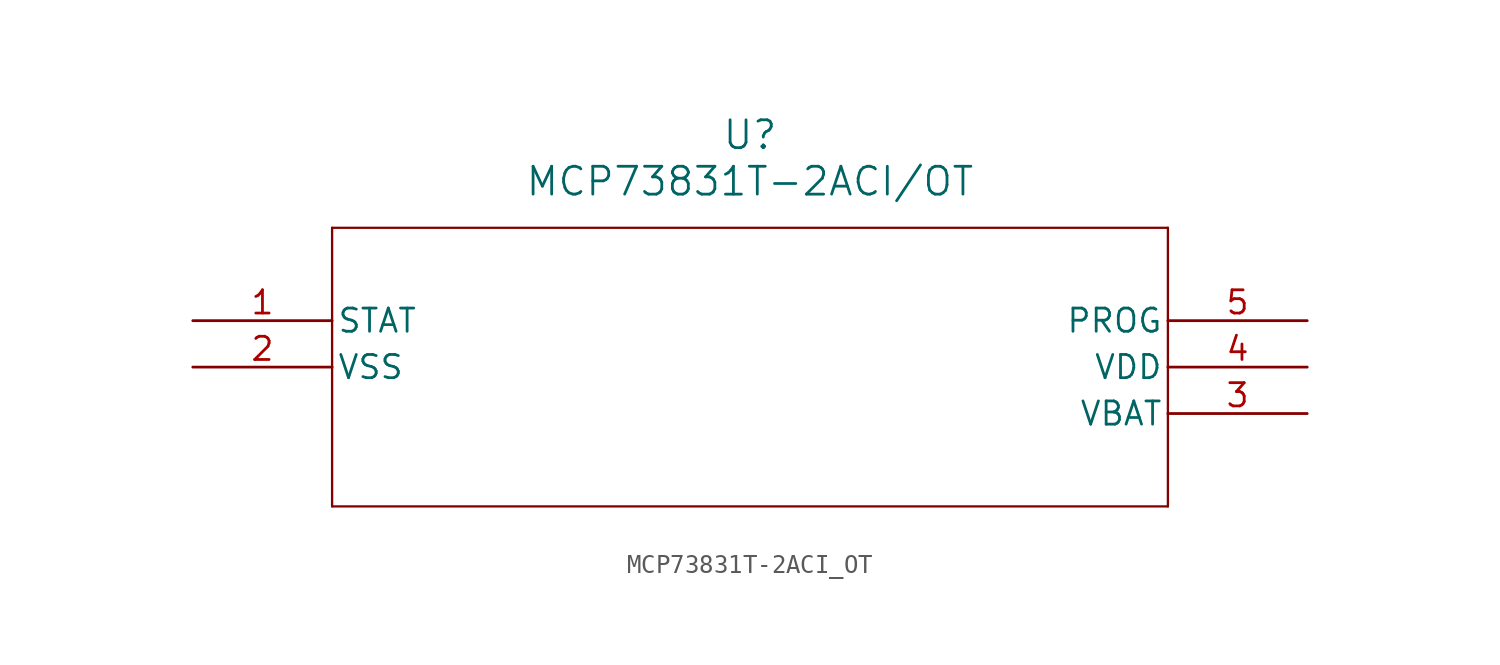
<source format=kicad_sym>
(kicad_symbol_lib
  (version 20211014)
  (generator kicad_symbol_editor)
  (symbol "MCP73831T-2ACI_OT"
    (pin_names
      (offset 0.254))
    (property "Reference" "U"
      (at 30.48 10.16 0)
      (effects (font (size 1.524 1.524))))
    (property "Value" "MCP73831T-2ACI/OT"
      (at 30.48 7.62 0)
      (effects (font (size 1.524 1.524))))
    (polyline
      (pts (xy 7.62 5.08) (xy 7.62 -10.16))
      (stroke (width 0.127) (type default) (color 0 0 0 0))
      (fill (type none)))
    (polyline
      (pts (xy 7.62 -10.16) (xy 53.34 -10.16))
      (stroke (width 0.127) (type default) (color 0 0 0 0))
      (fill (type none)))
    (polyline
      (pts (xy 53.34 -10.16) (xy 53.34 5.08))
      (stroke (width 0.127) (type default) (color 0 0 0 0))
      (fill (type none)))
    (polyline
      (pts (xy 53.34 5.08) (xy 7.62 5.08))
      (stroke (width 0.127) (type default) (color 0 0 0 0))
      (fill (type none)))
    (pin unspecified line
      (at 0 0 0)
      (length 7.62)
      (name "STAT" (effects (font (size 1.27 1.27))))
      (number "1" (effects (font (size 1.27 1.27)))))
    (pin unspecified line
      (at 0 -2.54 0)
      (length 7.62)
      (name "VSS" (effects (font (size 1.27 1.27))))
      (number "2" (effects (font (size 1.27 1.27)))))
    (pin unspecified line
      (at 60.96 -5.08 180)
      (length 7.62)
      (name "VBAT" (effects (font (size 1.27 1.27))))
      (number "3" (effects (font (size 1.27 1.27)))))
    (pin unspecified line
      (at 60.96 -2.54 180)
      (length 7.62)
      (name "VDD" (effects (font (size 1.27 1.27))))
      (number "4" (effects (font (size 1.27 1.27)))))
    (pin unspecified line
      (at 60.96 0 180)
      (length 7.62)
      (name "PROG" (effects (font (size 1.27 1.27))))
      (number "5" (effects (font (size 1.27 1.27)))))))
</source>
